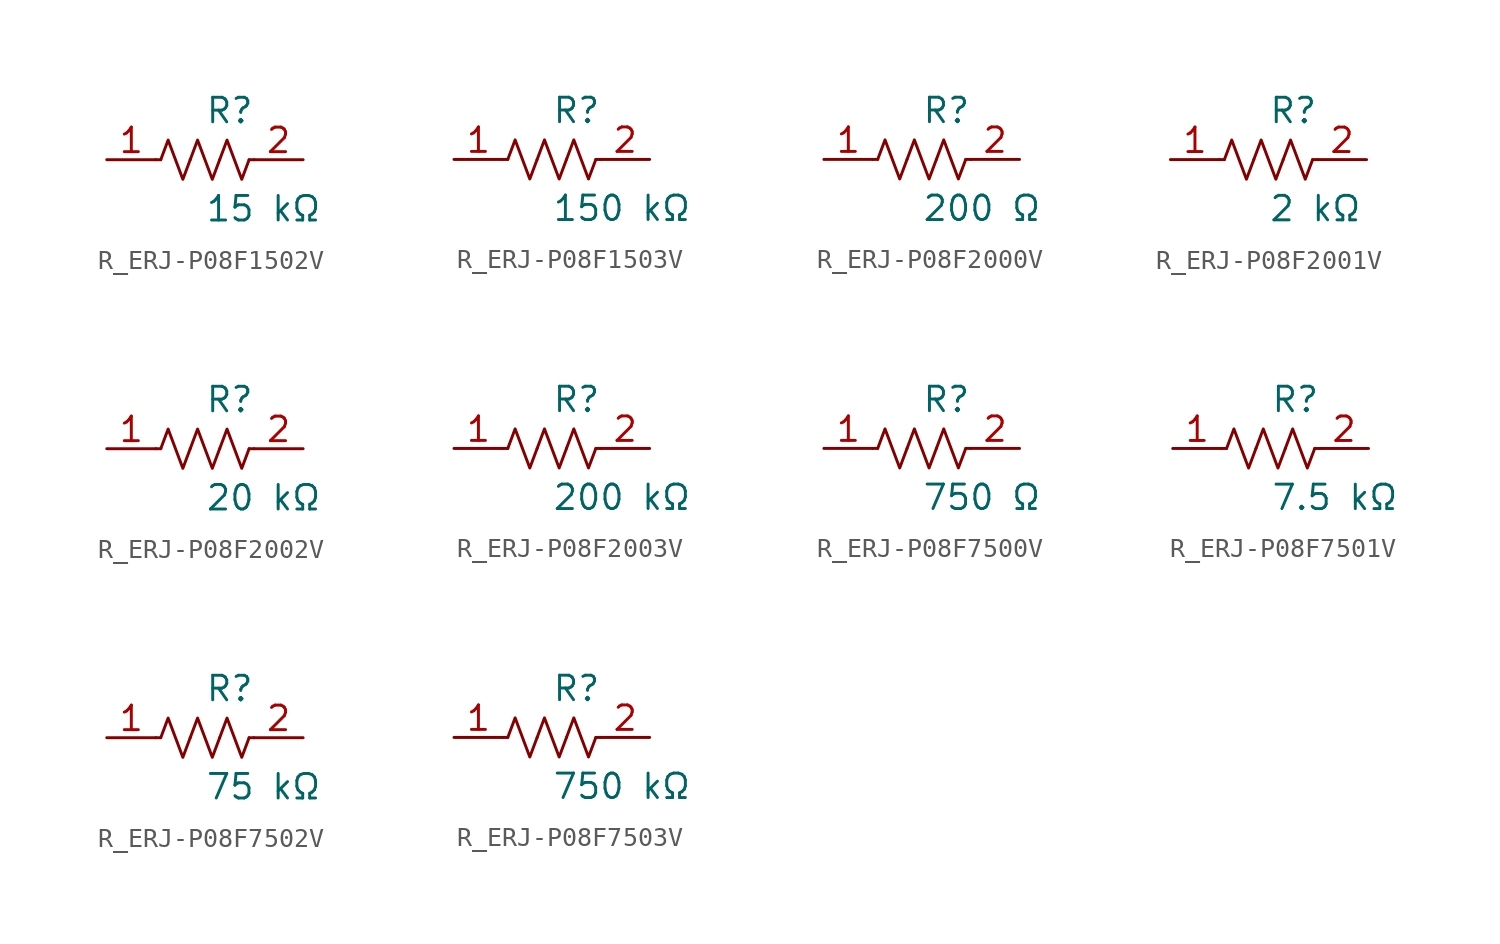
<source format=kicad_sym>
(kicad_symbol_lib
  (version 20231120)
  (generator kicad_symbol_editor)
  (generator_version 8.0)
  (symbol "R_ERJ-P08F1502V"
    (pin_names
      (offset 0.254))
    (property "Reference" "R"
      (at 0.0 2.54 0)
      (effects (font (size 1.27 1.27)) (justify left)))
    (property "Value" "15 kΩ"
      (at 0.0 -2.54 0)
      (effects (font (size 1.27 1.27)) (justify left)))
    (symbol "R_ERJ-P08F1502V_0_1"
      (polyline (pts (xy 2.286 0) (xy 2.54 0)) (stroke (width 0) (type default)) (fill (type none)))
      (polyline (pts (xy -2.286 0) (xy -2.54 0)) (stroke (width 0) (type default)) (fill (type none)))
      (polyline (pts (xy 0.762 0) (xy 1.143 1.016) (xy 1.524 0) (xy 1.905 -1.016) (xy 2.286 0)) (stroke (width 0) (type default)) (fill (type none)))
      (polyline (pts (xy -0.762 0) (xy -0.381 1.016) (xy 0 0) (xy 0.381 -1.016) (xy 0.762 0)) (stroke (width 0) (type default)) (fill (type none)))
      (polyline (pts (xy -2.286 0) (xy -1.905 1.016) (xy -1.524 0) (xy -1.143 -1.016) (xy -0.762 0)) (stroke (width 0) (type default)) (fill (type none))))
    (pin unspecified line
      (at -5.08 0 0)
      (length 2.54)
      (name "" (effects (font (size 1.27 1.27))))
      (number "1" (effects (font (size 1.27 1.27)))))
    (pin unspecified line
      (at 5.08 0 180)
      (length 2.54)
      (name "" (effects (font (size 1.27 1.27))))
      (number "2" (effects (font (size 1.27 1.27))))))
  (symbol "R_ERJ-P08F1503V"
    (pin_names
      (offset 0.254))
    (property "Reference" "R"
      (at 0.0 2.54 0)
      (effects (font (size 1.27 1.27)) (justify left)))
    (property "Value" "150 kΩ"
      (at 0.0 -2.54 0)
      (effects (font (size 1.27 1.27)) (justify left)))
    (symbol "R_ERJ-P08F1503V_0_1"
      (polyline (pts (xy 2.286 0) (xy 2.54 0)) (stroke (width 0) (type default)) (fill (type none)))
      (polyline (pts (xy -2.286 0) (xy -2.54 0)) (stroke (width 0) (type default)) (fill (type none)))
      (polyline (pts (xy 0.762 0) (xy 1.143 1.016) (xy 1.524 0) (xy 1.905 -1.016) (xy 2.286 0)) (stroke (width 0) (type default)) (fill (type none)))
      (polyline (pts (xy -0.762 0) (xy -0.381 1.016) (xy 0 0) (xy 0.381 -1.016) (xy 0.762 0)) (stroke (width 0) (type default)) (fill (type none)))
      (polyline (pts (xy -2.286 0) (xy -1.905 1.016) (xy -1.524 0) (xy -1.143 -1.016) (xy -0.762 0)) (stroke (width 0) (type default)) (fill (type none))))
    (pin unspecified line
      (at -5.08 0 0)
      (length 2.54)
      (name "" (effects (font (size 1.27 1.27))))
      (number "1" (effects (font (size 1.27 1.27)))))
    (pin unspecified line
      (at 5.08 0 180)
      (length 2.54)
      (name "" (effects (font (size 1.27 1.27))))
      (number "2" (effects (font (size 1.27 1.27))))))
  (symbol "R_ERJ-P08F2000V"
    (pin_names
      (offset 0.254))
    (property "Reference" "R"
      (at 0.0 2.54 0)
      (effects (font (size 1.27 1.27)) (justify left)))
    (property "Value" "200 Ω"
      (at 0.0 -2.54 0)
      (effects (font (size 1.27 1.27)) (justify left)))
    (symbol "R_ERJ-P08F2000V_0_1"
      (polyline (pts (xy 2.286 0) (xy 2.54 0)) (stroke (width 0) (type default)) (fill (type none)))
      (polyline (pts (xy -2.286 0) (xy -2.54 0)) (stroke (width 0) (type default)) (fill (type none)))
      (polyline (pts (xy 0.762 0) (xy 1.143 1.016) (xy 1.524 0) (xy 1.905 -1.016) (xy 2.286 0)) (stroke (width 0) (type default)) (fill (type none)))
      (polyline (pts (xy -0.762 0) (xy -0.381 1.016) (xy 0 0) (xy 0.381 -1.016) (xy 0.762 0)) (stroke (width 0) (type default)) (fill (type none)))
      (polyline (pts (xy -2.286 0) (xy -1.905 1.016) (xy -1.524 0) (xy -1.143 -1.016) (xy -0.762 0)) (stroke (width 0) (type default)) (fill (type none))))
    (pin unspecified line
      (at -5.08 0 0)
      (length 2.54)
      (name "" (effects (font (size 1.27 1.27))))
      (number "1" (effects (font (size 1.27 1.27)))))
    (pin unspecified line
      (at 5.08 0 180)
      (length 2.54)
      (name "" (effects (font (size 1.27 1.27))))
      (number "2" (effects (font (size 1.27 1.27))))))
  (symbol "R_ERJ-P08F2001V"
    (pin_names
      (offset 0.254))
    (property "Reference" "R"
      (at 0.0 2.54 0)
      (effects (font (size 1.27 1.27)) (justify left)))
    (property "Value" "2 kΩ"
      (at 0.0 -2.54 0)
      (effects (font (size 1.27 1.27)) (justify left)))
    (symbol "R_ERJ-P08F2001V_0_1"
      (polyline (pts (xy 2.286 0) (xy 2.54 0)) (stroke (width 0) (type default)) (fill (type none)))
      (polyline (pts (xy -2.286 0) (xy -2.54 0)) (stroke (width 0) (type default)) (fill (type none)))
      (polyline (pts (xy 0.762 0) (xy 1.143 1.016) (xy 1.524 0) (xy 1.905 -1.016) (xy 2.286 0)) (stroke (width 0) (type default)) (fill (type none)))
      (polyline (pts (xy -0.762 0) (xy -0.381 1.016) (xy 0 0) (xy 0.381 -1.016) (xy 0.762 0)) (stroke (width 0) (type default)) (fill (type none)))
      (polyline (pts (xy -2.286 0) (xy -1.905 1.016) (xy -1.524 0) (xy -1.143 -1.016) (xy -0.762 0)) (stroke (width 0) (type default)) (fill (type none))))
    (pin unspecified line
      (at -5.08 0 0)
      (length 2.54)
      (name "" (effects (font (size 1.27 1.27))))
      (number "1" (effects (font (size 1.27 1.27)))))
    (pin unspecified line
      (at 5.08 0 180)
      (length 2.54)
      (name "" (effects (font (size 1.27 1.27))))
      (number "2" (effects (font (size 1.27 1.27))))))
  (symbol "R_ERJ-P08F2002V"
    (pin_names
      (offset 0.254))
    (property "Reference" "R"
      (at 0.0 2.54 0)
      (effects (font (size 1.27 1.27)) (justify left)))
    (property "Value" "20 kΩ"
      (at 0.0 -2.54 0)
      (effects (font (size 1.27 1.27)) (justify left)))
    (symbol "R_ERJ-P08F2002V_0_1"
      (polyline (pts (xy 2.286 0) (xy 2.54 0)) (stroke (width 0) (type default)) (fill (type none)))
      (polyline (pts (xy -2.286 0) (xy -2.54 0)) (stroke (width 0) (type default)) (fill (type none)))
      (polyline (pts (xy 0.762 0) (xy 1.143 1.016) (xy 1.524 0) (xy 1.905 -1.016) (xy 2.286 0)) (stroke (width 0) (type default)) (fill (type none)))
      (polyline (pts (xy -0.762 0) (xy -0.381 1.016) (xy 0 0) (xy 0.381 -1.016) (xy 0.762 0)) (stroke (width 0) (type default)) (fill (type none)))
      (polyline (pts (xy -2.286 0) (xy -1.905 1.016) (xy -1.524 0) (xy -1.143 -1.016) (xy -0.762 0)) (stroke (width 0) (type default)) (fill (type none))))
    (pin unspecified line
      (at -5.08 0 0)
      (length 2.54)
      (name "" (effects (font (size 1.27 1.27))))
      (number "1" (effects (font (size 1.27 1.27)))))
    (pin unspecified line
      (at 5.08 0 180)
      (length 2.54)
      (name "" (effects (font (size 1.27 1.27))))
      (number "2" (effects (font (size 1.27 1.27))))))
  (symbol "R_ERJ-P08F2003V"
    (pin_names
      (offset 0.254))
    (property "Reference" "R"
      (at 0.0 2.54 0)
      (effects (font (size 1.27 1.27)) (justify left)))
    (property "Value" "200 kΩ"
      (at 0.0 -2.54 0)
      (effects (font (size 1.27 1.27)) (justify left)))
    (symbol "R_ERJ-P08F2003V_0_1"
      (polyline (pts (xy 2.286 0) (xy 2.54 0)) (stroke (width 0) (type default)) (fill (type none)))
      (polyline (pts (xy -2.286 0) (xy -2.54 0)) (stroke (width 0) (type default)) (fill (type none)))
      (polyline (pts (xy 0.762 0) (xy 1.143 1.016) (xy 1.524 0) (xy 1.905 -1.016) (xy 2.286 0)) (stroke (width 0) (type default)) (fill (type none)))
      (polyline (pts (xy -0.762 0) (xy -0.381 1.016) (xy 0 0) (xy 0.381 -1.016) (xy 0.762 0)) (stroke (width 0) (type default)) (fill (type none)))
      (polyline (pts (xy -2.286 0) (xy -1.905 1.016) (xy -1.524 0) (xy -1.143 -1.016) (xy -0.762 0)) (stroke (width 0) (type default)) (fill (type none))))
    (pin unspecified line
      (at -5.08 0 0)
      (length 2.54)
      (name "" (effects (font (size 1.27 1.27))))
      (number "1" (effects (font (size 1.27 1.27)))))
    (pin unspecified line
      (at 5.08 0 180)
      (length 2.54)
      (name "" (effects (font (size 1.27 1.27))))
      (number "2" (effects (font (size 1.27 1.27))))))
  (symbol "R_ERJ-P08F7500V"
    (pin_names
      (offset 0.254))
    (property "Reference" "R"
      (at 0.0 2.54 0)
      (effects (font (size 1.27 1.27)) (justify left)))
    (property "Value" "750 Ω"
      (at 0.0 -2.54 0)
      (effects (font (size 1.27 1.27)) (justify left)))
    (symbol "R_ERJ-P08F7500V_0_1"
      (polyline (pts (xy 2.286 0) (xy 2.54 0)) (stroke (width 0) (type default)) (fill (type none)))
      (polyline (pts (xy -2.286 0) (xy -2.54 0)) (stroke (width 0) (type default)) (fill (type none)))
      (polyline (pts (xy 0.762 0) (xy 1.143 1.016) (xy 1.524 0) (xy 1.905 -1.016) (xy 2.286 0)) (stroke (width 0) (type default)) (fill (type none)))
      (polyline (pts (xy -0.762 0) (xy -0.381 1.016) (xy 0 0) (xy 0.381 -1.016) (xy 0.762 0)) (stroke (width 0) (type default)) (fill (type none)))
      (polyline (pts (xy -2.286 0) (xy -1.905 1.016) (xy -1.524 0) (xy -1.143 -1.016) (xy -0.762 0)) (stroke (width 0) (type default)) (fill (type none))))
    (pin unspecified line
      (at -5.08 0 0)
      (length 2.54)
      (name "" (effects (font (size 1.27 1.27))))
      (number "1" (effects (font (size 1.27 1.27)))))
    (pin unspecified line
      (at 5.08 0 180)
      (length 2.54)
      (name "" (effects (font (size 1.27 1.27))))
      (number "2" (effects (font (size 1.27 1.27))))))
  (symbol "R_ERJ-P08F7501V"
    (pin_names
      (offset 0.254))
    (property "Reference" "R"
      (at 0.0 2.54 0)
      (effects (font (size 1.27 1.27)) (justify left)))
    (property "Value" "7.5 kΩ"
      (at 0.0 -2.54 0)
      (effects (font (size 1.27 1.27)) (justify left)))
    (symbol "R_ERJ-P08F7501V_0_1"
      (polyline (pts (xy 2.286 0) (xy 2.54 0)) (stroke (width 0) (type default)) (fill (type none)))
      (polyline (pts (xy -2.286 0) (xy -2.54 0)) (stroke (width 0) (type default)) (fill (type none)))
      (polyline (pts (xy 0.762 0) (xy 1.143 1.016) (xy 1.524 0) (xy 1.905 -1.016) (xy 2.286 0)) (stroke (width 0) (type default)) (fill (type none)))
      (polyline (pts (xy -0.762 0) (xy -0.381 1.016) (xy 0 0) (xy 0.381 -1.016) (xy 0.762 0)) (stroke (width 0) (type default)) (fill (type none)))
      (polyline (pts (xy -2.286 0) (xy -1.905 1.016) (xy -1.524 0) (xy -1.143 -1.016) (xy -0.762 0)) (stroke (width 0) (type default)) (fill (type none))))
    (pin unspecified line
      (at -5.08 0 0)
      (length 2.54)
      (name "" (effects (font (size 1.27 1.27))))
      (number "1" (effects (font (size 1.27 1.27)))))
    (pin unspecified line
      (at 5.08 0 180)
      (length 2.54)
      (name "" (effects (font (size 1.27 1.27))))
      (number "2" (effects (font (size 1.27 1.27))))))
  (symbol "R_ERJ-P08F7502V"
    (pin_names
      (offset 0.254))
    (property "Reference" "R"
      (at 0.0 2.54 0)
      (effects (font (size 1.27 1.27)) (justify left)))
    (property "Value" "75 kΩ"
      (at 0.0 -2.54 0)
      (effects (font (size 1.27 1.27)) (justify left)))
    (symbol "R_ERJ-P08F7502V_0_1"
      (polyline (pts (xy 2.286 0) (xy 2.54 0)) (stroke (width 0) (type default)) (fill (type none)))
      (polyline (pts (xy -2.286 0) (xy -2.54 0)) (stroke (width 0) (type default)) (fill (type none)))
      (polyline (pts (xy 0.762 0) (xy 1.143 1.016) (xy 1.524 0) (xy 1.905 -1.016) (xy 2.286 0)) (stroke (width 0) (type default)) (fill (type none)))
      (polyline (pts (xy -0.762 0) (xy -0.381 1.016) (xy 0 0) (xy 0.381 -1.016) (xy 0.762 0)) (stroke (width 0) (type default)) (fill (type none)))
      (polyline (pts (xy -2.286 0) (xy -1.905 1.016) (xy -1.524 0) (xy -1.143 -1.016) (xy -0.762 0)) (stroke (width 0) (type default)) (fill (type none))))
    (pin unspecified line
      (at -5.08 0 0)
      (length 2.54)
      (name "" (effects (font (size 1.27 1.27))))
      (number "1" (effects (font (size 1.27 1.27)))))
    (pin unspecified line
      (at 5.08 0 180)
      (length 2.54)
      (name "" (effects (font (size 1.27 1.27))))
      (number "2" (effects (font (size 1.27 1.27))))))
  (symbol "R_ERJ-P08F7503V"
    (pin_names
      (offset 0.254))
    (property "Reference" "R"
      (at 0.0 2.54 0)
      (effects (font (size 1.27 1.27)) (justify left)))
    (property "Value" "750 kΩ"
      (at 0.0 -2.54 0)
      (effects (font (size 1.27 1.27)) (justify left)))
    (symbol "R_ERJ-P08F7503V_0_1"
      (polyline (pts (xy 2.286 0) (xy 2.54 0)) (stroke (width 0) (type default)) (fill (type none)))
      (polyline (pts (xy -2.286 0) (xy -2.54 0)) (stroke (width 0) (type default)) (fill (type none)))
      (polyline (pts (xy 0.762 0) (xy 1.143 1.016) (xy 1.524 0) (xy 1.905 -1.016) (xy 2.286 0)) (stroke (width 0) (type default)) (fill (type none)))
      (polyline (pts (xy -0.762 0) (xy -0.381 1.016) (xy 0 0) (xy 0.381 -1.016) (xy 0.762 0)) (stroke (width 0) (type default)) (fill (type none)))
      (polyline (pts (xy -2.286 0) (xy -1.905 1.016) (xy -1.524 0) (xy -1.143 -1.016) (xy -0.762 0)) (stroke (width 0) (type default)) (fill (type none))))
    (pin unspecified line
      (at -5.08 0 0)
      (length 2.54)
      (name "" (effects (font (size 1.27 1.27))))
      (number "1" (effects (font (size 1.27 1.27)))))
    (pin unspecified line
      (at 5.08 0 180)
      (length 2.54)
      (name "" (effects (font (size 1.27 1.27))))
      (number "2" (effects (font (size 1.27 1.27)))))))
</source>
